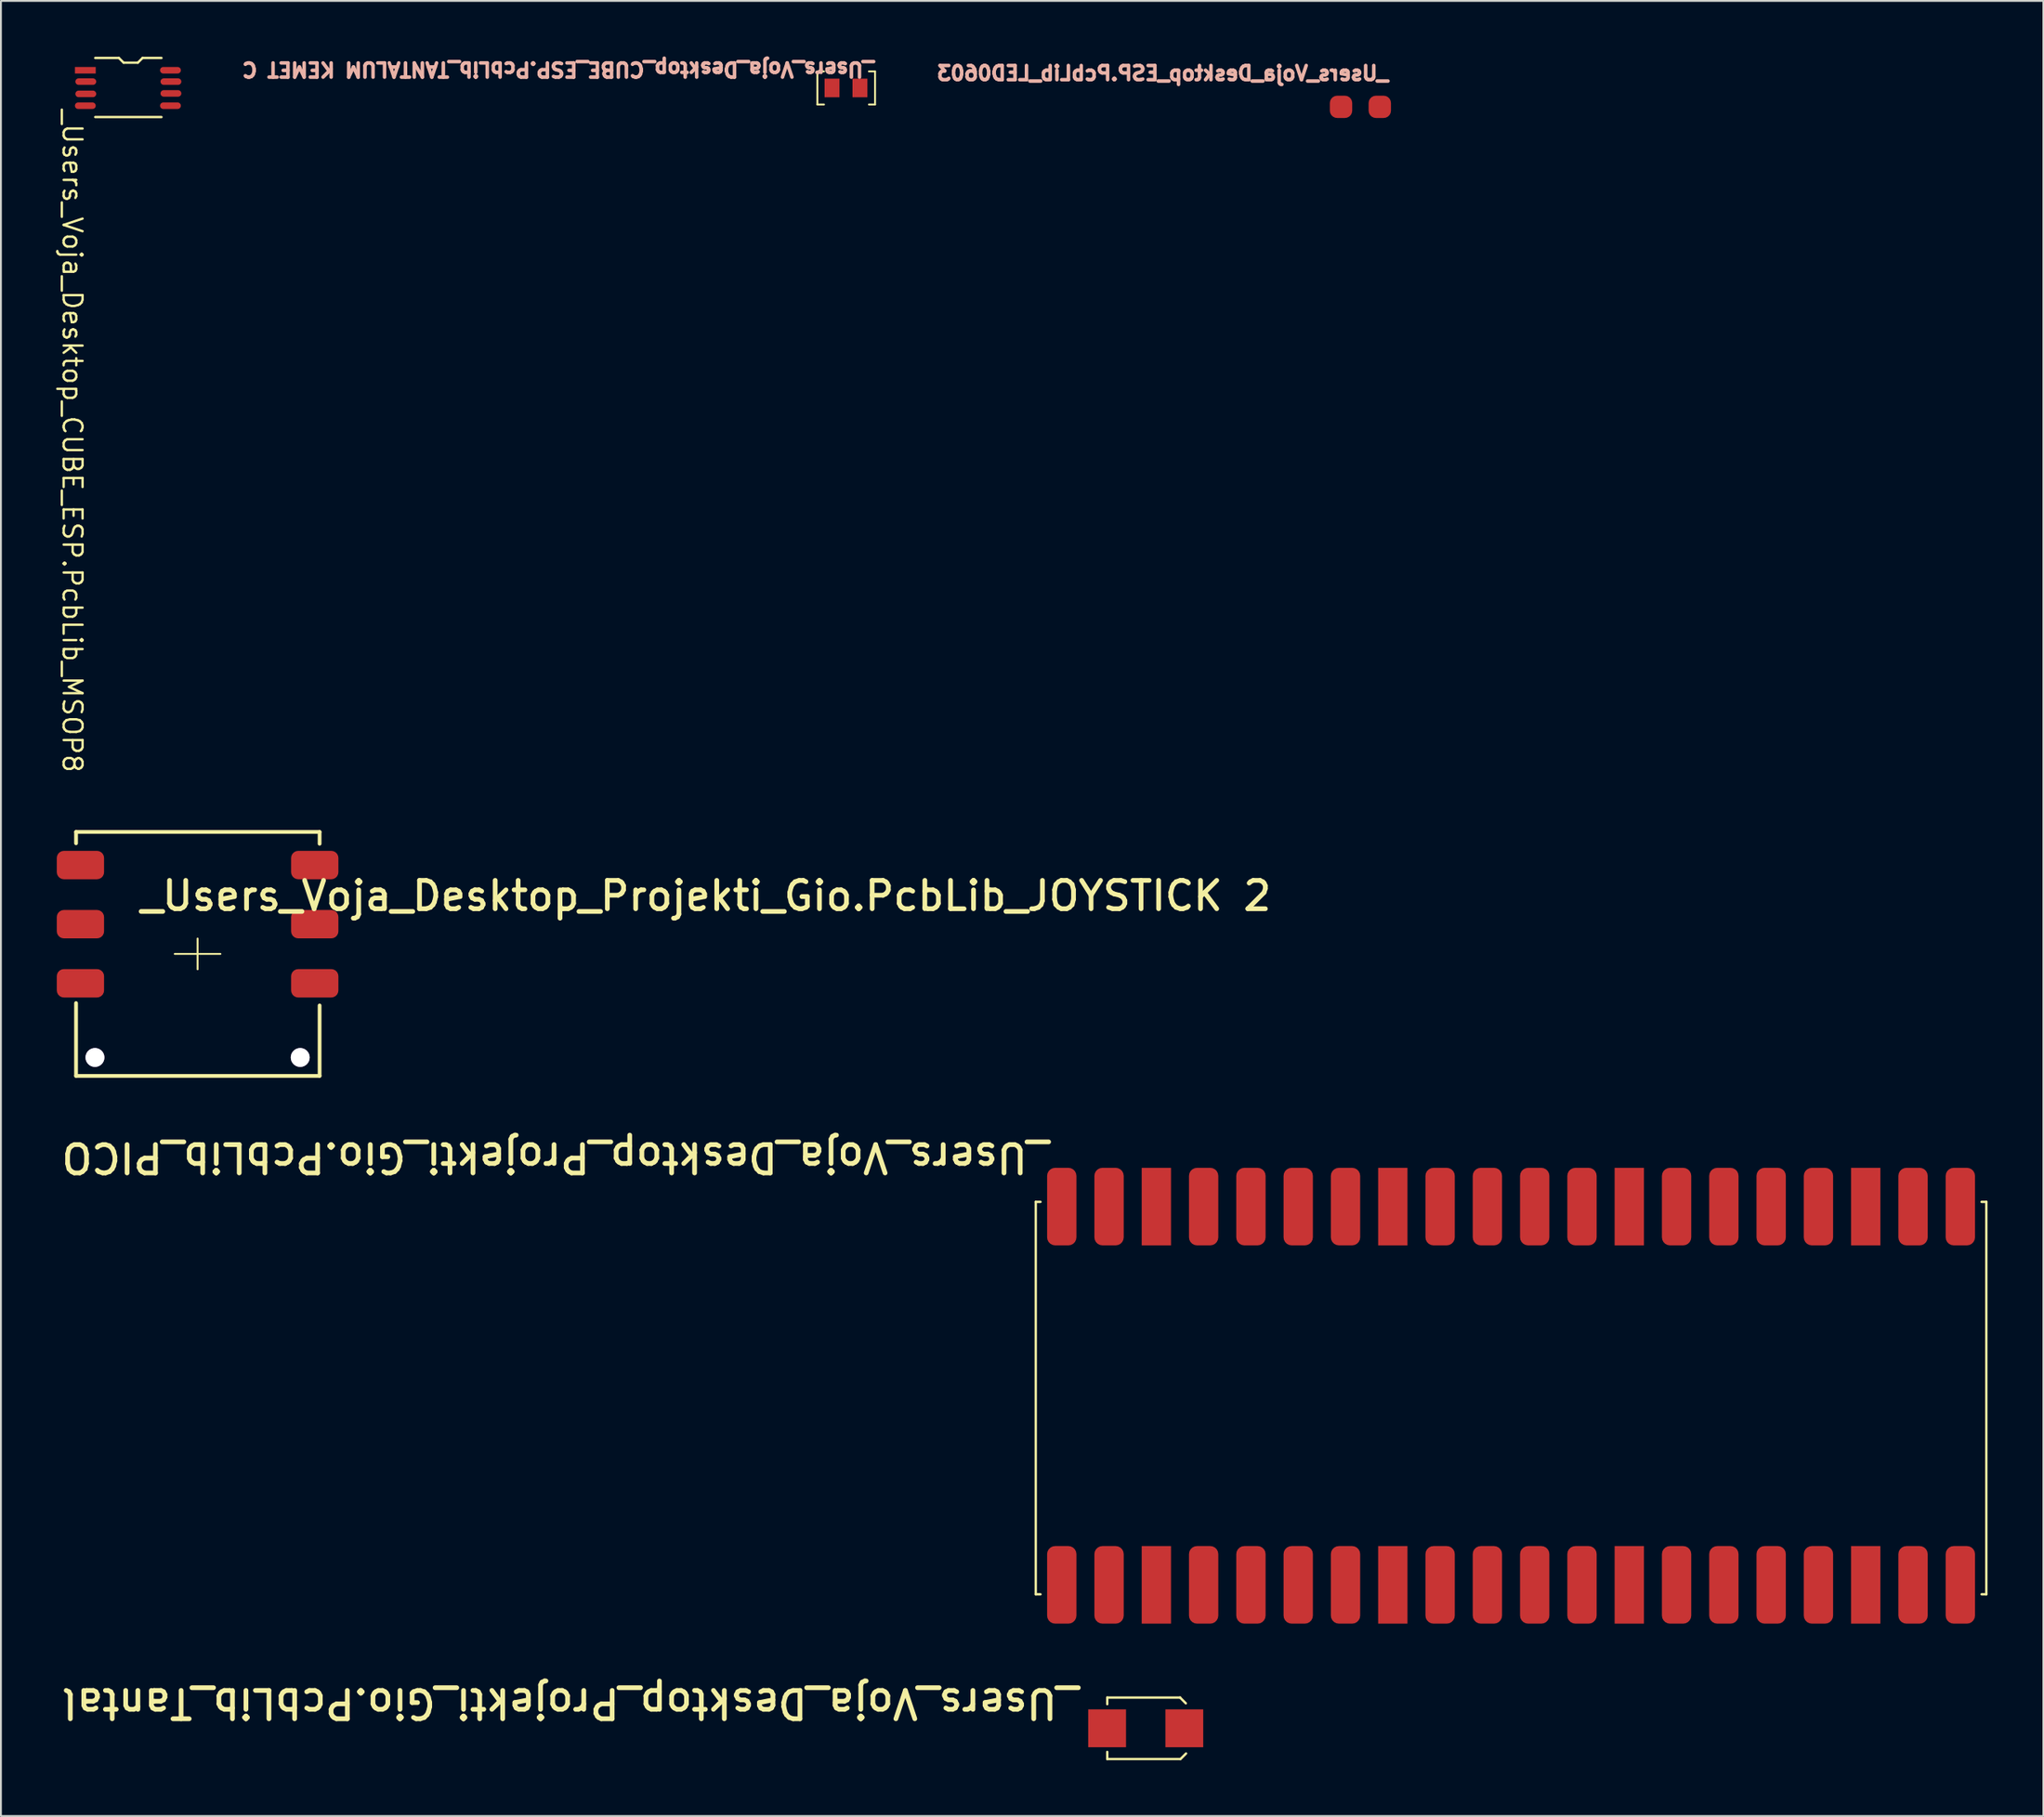
<source format=kicad_pcb>
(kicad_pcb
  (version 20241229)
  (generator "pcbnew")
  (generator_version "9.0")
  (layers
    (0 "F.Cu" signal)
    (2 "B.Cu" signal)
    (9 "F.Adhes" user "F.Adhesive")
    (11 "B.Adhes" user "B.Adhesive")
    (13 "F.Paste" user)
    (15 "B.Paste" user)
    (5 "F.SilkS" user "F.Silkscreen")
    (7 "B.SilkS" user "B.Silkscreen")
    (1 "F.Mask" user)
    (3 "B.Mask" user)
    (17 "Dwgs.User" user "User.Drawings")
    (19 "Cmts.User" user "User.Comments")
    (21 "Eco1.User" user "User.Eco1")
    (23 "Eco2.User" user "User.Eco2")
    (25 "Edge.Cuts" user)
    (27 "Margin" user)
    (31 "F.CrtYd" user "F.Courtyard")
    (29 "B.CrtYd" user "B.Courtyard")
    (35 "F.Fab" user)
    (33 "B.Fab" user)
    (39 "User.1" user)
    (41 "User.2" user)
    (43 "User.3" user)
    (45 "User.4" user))
  (footprint "_Users_Voja_Desktop_Projekti_Gio.PcbLib_Tantal"
    (layer "F.Cu")
    (at 58.485 89.747)
    (property "Reference" "_Users_Voja_Desktop_Projekti_Gio.PcbLib_Tantal" (at -3.454 -2.184 180) (unlocked yes) (layer "F.SilkS") (effects (font (size 1.524 1.524) (thickness 0.254)) (justify left bottom)))
    (fp_line (start -2.066 -1.6) (end -2.066 -1.245) (stroke (width 0.127) (type solid)) (layer "F.SilkS"))
    (fp_line (start -2.066 -1.6) (end 1.854 -1.6) (stroke (width 0.127) (type solid)) (layer "F.SilkS"))
    (fp_line (start -2.066 1.322) (end -2.066 1.702) (stroke (width 0.127) (type solid)) (layer "F.SilkS"))
    (fp_line (start -2.066 1.702) (end 1.854 1.702) (stroke (width 0.127) (type solid)) (layer "F.SilkS"))
    (fp_line (start 1.843 -1.6) (end 2.153 -1.29) (stroke (width 0.127) (type solid)) (layer "F.SilkS"))
    (fp_line (start 1.868 1.702) (end 2.166 1.404) (stroke (width 0.127) (type solid)) (layer "F.SilkS"))
    (pad "+" smd rect (at 2.073 0.051) (size 2.032 2.032) (layers "F.Cu" "F.Mask" "F.Paste"))
    (pad "-" smd rect (at -2.075 0.051) (size 2.032 2.032) (layers "F.Cu" "F.Mask" "F.Paste")))
  (footprint "_Users_Voja_Desktop_CUBE_ESP.PcbLib_TANTALUM KEMET C"
    (layer "F.Cu")
    (at 41.637 1.675)
    (property "Reference" "_Users_Voja_Desktop_CUBE_ESP.PcbLib_TANTALUM KEMET C" (at 2.362 -1.448 180) (unlocked yes) (layer "B.SilkS") (effects (font (size 0.762 0.762) (thickness 0.191)) (justify left bottom)))
    (fp_line (start -0.787 0.889) (end -0.787 -0.889) (stroke (width 0.102) (type solid)) (layer "F.SilkS"))
    (fp_line (start -0.432 -0.889) (end -0.787 -0.889) (stroke (width 0.102) (type solid)) (layer "F.SilkS"))
    (fp_line (start -0.432 0.889) (end -0.787 0.889) (stroke (width 0.102) (type solid)) (layer "F.SilkS"))
    (fp_line (start 2.311 -0.889) (end 1.981 -0.889) (stroke (width 0.102) (type solid)) (layer "F.SilkS"))
    (fp_line (start 2.311 0.889) (end 1.981 0.889) (stroke (width 0.102) (type solid)) (layer "F.SilkS"))
    (fp_line (start 2.311 0.889) (end 2.311 -0.889) (stroke (width 0.102) (type solid)) (layer "F.SilkS"))
    (pad "" smd rect (at 0 0 270) (size 1 0.8) (layers "F.Cu" "F.Mask" "F.Paste"))
    (pad "" smd rect (at 1.499 0 270) (size 1 0.8) (layers "F.Cu" "F.Mask" "F.Paste")))
  (footprint "_Users_Voja_Desktop_ESP.PcbLib_LED0603"
    (layer "F.Cu")
    (at 70.015 2.69)
    (property "Reference" "_Users_Voja_Desktop_ESP.PcbLib_LED0603" (at 1.605 -1.356 0) (unlocked yes) (layer "B.SilkS") (effects (font (size 0.762 0.762) (thickness 0.191)) (justify left bottom mirror)))
    (pad "" smd roundrect (at 1.041 0) (size 1.2 1.2) (layers "F.Cu" "F.Mask" "F.Paste") (roundrect_rratio 0.33))
    (pad "+" smd roundrect (at -1.041 0) (size 1.2 1.2) (layers "F.Cu" "F.Mask" "F.Paste") (roundrect_rratio 0.33)))
  (footprint "_Users_Voja_Desktop_Projekti_Gio.PcbLib_JOYSTICK 2"
    (layer "F.Cu")
    (at 7.562 48.197)
    (property "Reference" "_Users_Voja_Desktop_Projekti_Gio.PcbLib_JOYSTICK 2" (at -3.198 -2.228 0) (unlocked yes) (layer "F.SilkS") (effects (font (size 1.524 1.524) (thickness 0.254)) (justify left bottom)))
    (fp_line (start -6.528 6.553) (end -6.528 2.642) (stroke (width 0.203) (type solid)) (layer "F.SilkS"))
    (fp_line (start -6.528 6.553) (end 6.553 6.553) (stroke (width 0.203) (type solid)) (layer "F.SilkS"))
    (fp_line (start -6.528 -6.553) (end 6.553 -6.553) (stroke (width 0.203) (type solid)) (layer "F.SilkS"))
    (fp_line (start -6.528 -5.944) (end -6.528 -6.553) (stroke (width 0.203) (type solid)) (layer "F.SilkS"))
    (fp_line (start -1.225 0) (end 1.225 0) (stroke (width 0.102) (type solid)) (layer "F.SilkS"))
    (fp_line (start 0 0.825) (end 0 -0.825) (stroke (width 0.102) (type solid)) (layer "F.SilkS"))
    (fp_line (start 6.553 -5.918) (end 6.553 -6.553) (stroke (width 0.203) (type solid)) (layer "F.SilkS"))
    (fp_line (start 6.553 6.553) (end 6.553 2.769) (stroke (width 0.203) (type solid)) (layer "F.SilkS"))
    (pad "" thru_hole circle (at -5.512 5.563) (size 1.016 1.016) (drill 1.016) (layers "*.Cu" "*.Mask"))
    (pad "" thru_hole circle (at 5.512 5.563 180) (size 1.016 1.016) (drill 1.016) (layers "*.Cu" "*.Mask"))
    (pad "A" smd roundrect (at -6.292 -4.774) (size 2.54 1.524) (layers "F.Cu" "F.Mask" "F.Paste") (roundrect_rratio 0.25))
    (pad "B" smd roundrect (at 6.293 -4.774) (size 2.54 1.524) (layers "F.Cu" "F.Mask" "F.Paste") (roundrect_rratio 0.25))
    (pad "C" smd roundrect (at -6.292 1.578) (size 2.54 1.524) (layers "F.Cu" "F.Mask" "F.Paste") (roundrect_rratio 0.25))
    (pad "COM" smd roundrect (at 6.293 -1.598) (size 2.54 1.524) (layers "F.Cu" "F.Mask" "F.Paste") (roundrect_rratio 0.25))
    (pad "D" smd roundrect (at 6.293 1.578) (size 2.54 1.524) (layers "F.Cu" "F.Mask" "F.Paste") (roundrect_rratio 0.25))
    (pad "SW5" smd roundrect (at -6.292 -1.598) (size 2.54 1.524) (layers "F.Cu" "F.Mask" "F.Paste") (roundrect_rratio 0.25)))
  (footprint "_Users_Voja_Desktop_CUBE_ESP.PcbLib_MSOP8"
    (layer "F.Cu")
    (at 6.13 0.724)
    (property "Reference" "_Users_Voja_Desktop_CUBE_ESP.PcbLib_MSOP8" (at -5.893 2.032 270) (unlocked yes) (layer "F.SilkS") (effects (font (size 1.016 1.016) (thickness 0.127) (bold yes)) (justify left bottom)))
    (fp_line (start -2.794 -0.66) (end -4.064 -0.66) (stroke (width 0.127) (type solid)) (layer "F.SilkS"))
    (fp_line (start -2.54 -0.406) (end -2.794 -0.66) (stroke (width 0.127) (type solid)) (layer "F.SilkS"))
    (fp_line (start -1.778 -0.406) (end -2.54 -0.406) (stroke (width 0.127) (type solid)) (layer "F.SilkS"))
    (fp_line (start -1.524 -0.66) (end -1.778 -0.406) (stroke (width 0.127) (type solid)) (layer "F.SilkS"))
    (fp_line (start -0.508 -0.66) (end -1.524 -0.66) (stroke (width 0.127) (type solid)) (layer "F.SilkS"))
    (fp_line (start -0.508 2.515) (end -4.064 2.515) (stroke (width 0.127) (type solid)) (layer "F.SilkS"))
    (pad "BYP" smd oval (at -4.572 0.61 180) (size 1.118 0.35) (layers "F.Cu" "F.Mask" "F.Paste"))
    (pad "GND" smd oval (at 0 0.61 180) (size 1.118 0.35) (layers "F.Cu" "F.Mask" "F.Paste"))
    (pad "IN+" smd oval (at -4.572 1.27 180) (size 1.118 0.35) (layers "F.Cu" "F.Mask" "F.Paste"))
    (pad "IN-" smd oval (at -4.597 1.905 180) (size 1.118 0.35) (layers "F.Cu" "F.Mask" "F.Paste"))
    (pad "SHDN" smd rect (at -4.597 0 180) (size 1.118 0.35) (layers "F.Cu" "F.Mask" "F.Paste"))
    (pad "Vdd" smd oval (at 0 1.245 180) (size 1.118 0.35) (layers "F.Cu" "F.Mask" "F.Paste"))
    (pad "Vo+" smd oval (at -0.025 1.905 180) (size 1.118 0.35) (layers "F.Cu" "F.Mask" "F.Paste"))
    (pad "Vo-" smd oval (at -0.025 0 180) (size 1.118 0.35) (layers "F.Cu" "F.Mask" "F.Paste")))
  (footprint "_Users_Voja_Desktop_Projekti_Gio.PcbLib_PICO"
    (layer "F.Cu")
    (at 78.115 71.804)
    (property "Reference" "_Users_Voja_Desktop_Projekti_Gio.PcbLib_PICO" (at -24.68 -13.564 180) (unlocked yes) (layer "F.SilkS") (effects (font (size 1.524 1.524) (thickness 0.254)) (justify left bottom)))
    (fp_line (start -25.537 -10.287) (end -25.537 10.795) (stroke (width 0.127) (type solid)) (layer "F.SilkS"))
    (fp_line (start -25.283 -10.287) (end -25.537 -10.287) (stroke (width 0.127) (type solid)) (layer "F.SilkS"))
    (fp_line (start -25.283 10.795) (end -25.537 10.795) (stroke (width 0.127) (type solid)) (layer "F.SilkS"))
    (fp_line (start 25.517 -10.287) (end 25.263 -10.287) (stroke (width 0.127) (type solid)) (layer "F.SilkS"))
    (fp_line (start 25.517 -10.287) (end 25.517 10.795) (stroke (width 0.127) (type solid)) (layer "F.SilkS"))
    (fp_line (start 25.517 10.795) (end 25.263 10.795) (stroke (width 0.127) (type solid)) (layer "F.SilkS"))
    (pad "3V3" smd roundrect (at -13.98 -10.033 180) (size 1.575 4.166) (layers "F.Cu" "F.Mask" "F.Paste") (roundrect_rratio 0.275))
    (pad "3V3_EN" smd roundrect (at -16.52 -10.033 180) (size 1.575 4.166) (layers "F.Cu" "F.Mask" "F.Paste") (roundrect_rratio 0.275))
    (pad "ADC_VREF" smd roundrect (at -11.44 -10.033 180) (size 1.575 4.166) (layers "F.Cu" "F.Mask" "F.Paste") (roundrect_rratio 0.275))
    (pad "AGND" smd rect (at -6.36 -10.033 180) (size 1.575 4.166) (layers "F.Cu" "F.Mask" "F.Paste"))
    (pad "GND" smd rect (at -19.06 -10.033 180) (size 1.575 4.166) (layers "F.Cu" "F.Mask" "F.Paste"))
    (pad "GND" smd rect (at -19.06 10.287 180) (size 1.575 4.166) (layers "F.Cu" "F.Mask" "F.Paste"))
    (pad "GND" smd rect (at -6.36 10.287 180) (size 1.575 4.166) (layers "F.Cu" "F.Mask" "F.Paste"))
    (pad "GND" smd rect (at 6.34 -10.033 180) (size 1.575 4.166) (layers "F.Cu" "F.Mask" "F.Paste"))
    (pad "GND" smd rect (at 6.34 10.287 180) (size 1.575 4.166) (layers "F.Cu" "F.Mask" "F.Paste"))
    (pad "GND" smd rect (at 19.04 -10.033 180) (size 1.575 4.166) (layers "F.Cu" "F.Mask" "F.Paste"))
    (pad "GND" smd rect (at 19.04 10.287 180) (size 1.575 4.166) (layers "F.Cu" "F.Mask" "F.Paste"))
    (pad "GP0" smd roundrect (at -24.14 10.287 180) (size 1.575 4.166) (layers "F.Cu" "F.Mask" "F.Paste") (roundrect_rratio 0.275))
    (pad "GP1" smd roundrect (at -21.6 10.287 180) (size 1.575 4.166) (layers "F.Cu" "F.Mask" "F.Paste") (roundrect_rratio 0.275))
    (pad "GP2" smd roundrect (at -16.52 10.287 180) (size 1.575 4.166) (layers "F.Cu" "F.Mask" "F.Paste") (roundrect_rratio 0.275))
    (pad "GP3" smd roundrect (at -13.98 10.287 180) (size 1.575 4.166) (layers "F.Cu" "F.Mask" "F.Paste") (roundrect_rratio 0.275))
    (pad "GP4" smd roundrect (at -11.44 10.287 180) (size 1.575 4.166) (layers "F.Cu" "F.Mask" "F.Paste") (roundrect_rratio 0.275))
    (pad "GP5" smd roundrect (at -8.9 10.287 180) (size 1.575 4.166) (layers "F.Cu" "F.Mask" "F.Paste") (roundrect_rratio 0.275))
    (pad "GP6" smd roundrect (at -3.82 10.287 180) (size 1.575 4.166) (layers "F.Cu" "F.Mask" "F.Paste") (roundrect_rratio 0.275))
    (pad "GP7" smd roundrect (at -1.28 10.287 180) (size 1.575 4.166) (layers "F.Cu" "F.Mask" "F.Paste") (roundrect_rratio 0.275))
    (pad "GP8" smd roundrect (at 1.26 10.287 180) (size 1.575 4.166) (layers "F.Cu" "F.Mask" "F.Paste") (roundrect_rratio 0.275))
    (pad "GP9" smd roundrect (at 3.8 10.287 180) (size 1.575 4.166) (layers "F.Cu" "F.Mask" "F.Paste") (roundrect_rratio 0.275))
    (pad "GP10" smd roundrect (at 8.88 10.287 180) (size 1.575 4.166) (layers "F.Cu" "F.Mask" "F.Paste") (roundrect_rratio 0.275))
    (pad "GP11" smd roundrect (at 11.42 10.287 180) (size 1.575 4.166) (layers "F.Cu" "F.Mask" "F.Paste") (roundrect_rratio 0.275))
    (pad "GP12" smd roundrect (at 13.96 10.287 180) (size 1.575 4.166) (layers "F.Cu" "F.Mask" "F.Paste") (roundrect_rratio 0.275))
    (pad "GP13" smd roundrect (at 16.5 10.287 180) (size 1.575 4.166) (layers "F.Cu" "F.Mask" "F.Paste") (roundrect_rratio 0.275))
    (pad "GP14" smd roundrect (at 21.58 10.287 180) (size 1.575 4.166) (layers "F.Cu" "F.Mask" "F.Paste") (roundrect_rratio 0.275))
    (pad "GP15" smd roundrect (at 24.12 10.287 180) (size 1.575 4.166) (layers "F.Cu" "F.Mask" "F.Paste") (roundrect_rratio 0.275))
    (pad "GP16" smd roundrect (at 24.12 -10.033 180) (size 1.575 4.166) (layers "F.Cu" "F.Mask" "F.Paste") (roundrect_rratio 0.275))
    (pad "GP17" smd roundrect (at 21.58 -10.033 180) (size 1.575 4.166) (layers "F.Cu" "F.Mask" "F.Paste") (roundrect_rratio 0.275))
    (pad "GP18" smd roundrect (at 16.5 -10.033 180) (size 1.575 4.166) (layers "F.Cu" "F.Mask" "F.Paste") (roundrect_rratio 0.275))
    (pad "GP19" smd roundrect (at 13.96 -10.033 180) (size 1.575 4.166) (layers "F.Cu" "F.Mask" "F.Paste") (roundrect_rratio 0.275))
    (pad "GP20" smd roundrect (at 11.42 -10.033 180) (size 1.575 4.166) (layers "F.Cu" "F.Mask" "F.Paste") (roundrect_rratio 0.275))
    (pad "GP21" smd roundrect (at 8.88 -10.033 180) (size 1.575 4.166) (layers "F.Cu" "F.Mask" "F.Paste") (roundrect_rratio 0.275))
    (pad "GP22" smd roundrect (at 3.8 -10.033 180) (size 1.575 4.166) (layers "F.Cu" "F.Mask" "F.Paste") (roundrect_rratio 0.275))
    (pad "GP26_A0" smd roundrect (at -1.28 -10.033 180) (size 1.575 4.166) (layers "F.Cu" "F.Mask" "F.Paste") (roundrect_rratio 0.275))
    (pad "GP27_A1" smd roundrect (at -3.82 -10.033 180) (size 1.575 4.166) (layers "F.Cu" "F.Mask" "F.Paste") (roundrect_rratio 0.275))
    (pad "GP28_A2" smd roundrect (at -8.9 -10.033 180) (size 1.575 4.166) (layers "F.Cu" "F.Mask" "F.Paste") (roundrect_rratio 0.275))
    (pad "RUN" smd roundrect (at 1.26 -10.033 180) (size 1.575 4.166) (layers "F.Cu" "F.Mask" "F.Paste") (roundrect_rratio 0.275))
    (pad "VBUS" smd roundrect (at -24.14 -10.033 180) (size 1.575 4.166) (layers "F.Cu" "F.Mask" "F.Paste") (roundrect_rratio 0.275))
    (pad "VSYS" smd roundrect (at -21.6 -10.033 180) (size 1.575 4.166) (layers "F.Cu" "F.Mask" "F.Paste") (roundrect_rratio 0.275)))
  (gr_rect
    (start -3 -3)
    (end 106.695 94.512)
    (stroke (width 0.1) (type default))
    (fill no)
    (layer "Edge.Cuts")))
</source>
